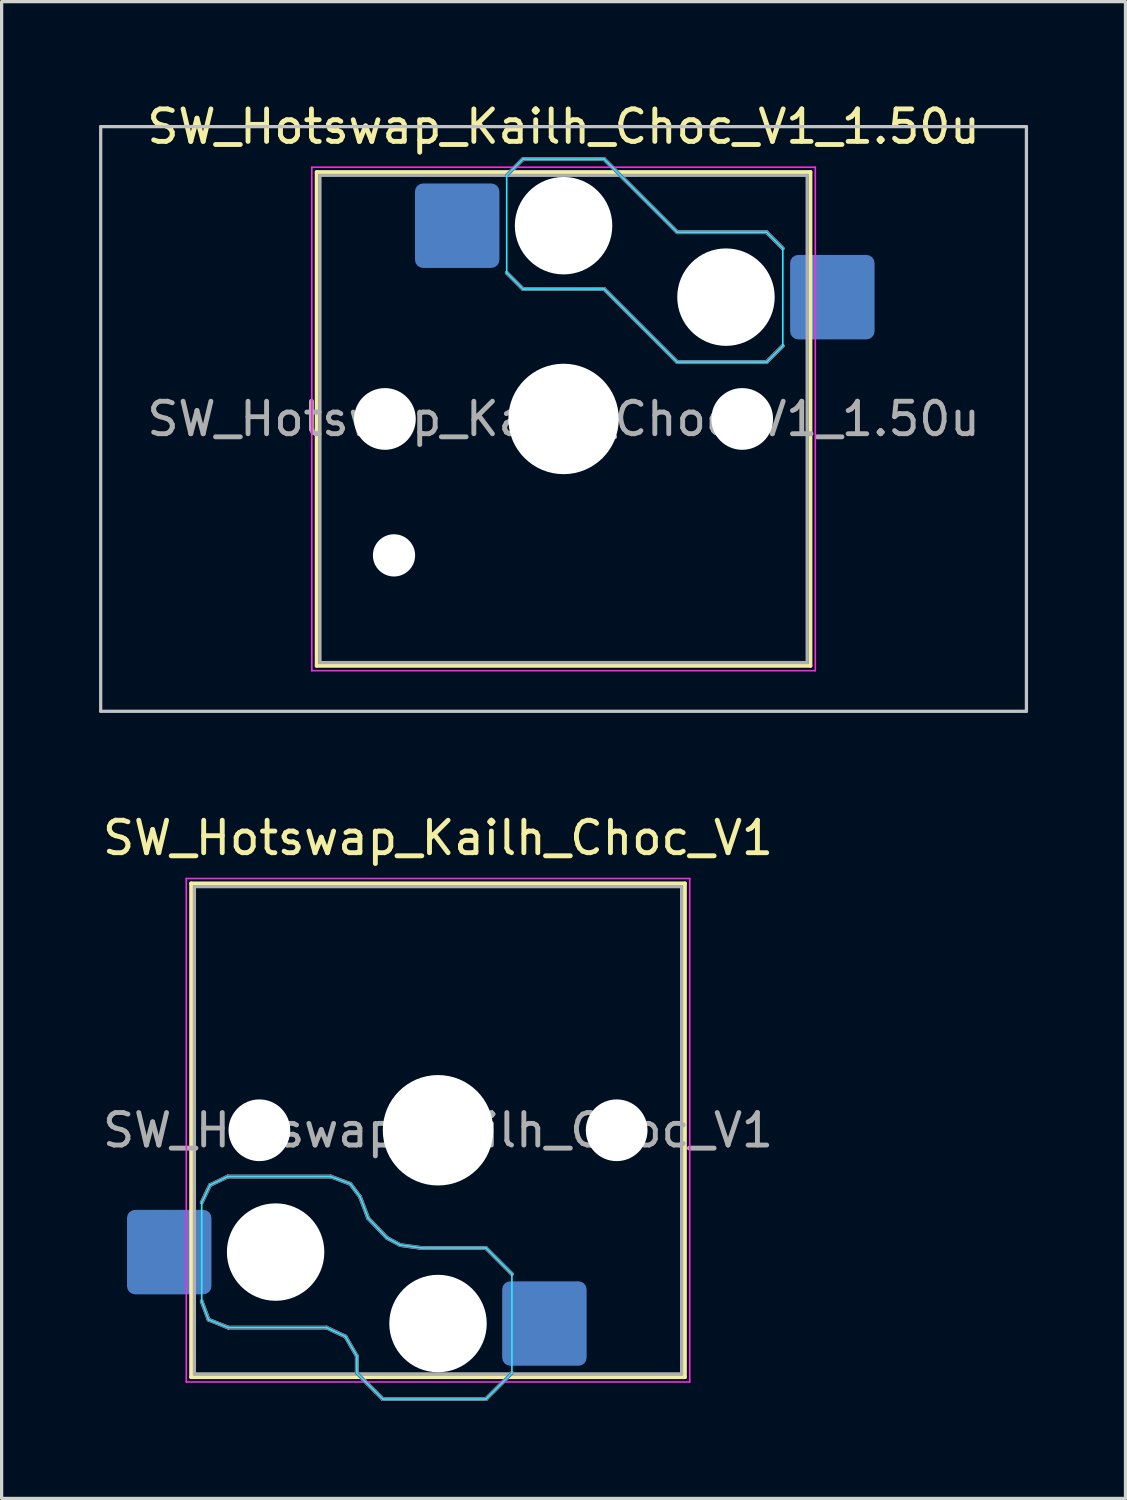
<source format=kicad_pcb>
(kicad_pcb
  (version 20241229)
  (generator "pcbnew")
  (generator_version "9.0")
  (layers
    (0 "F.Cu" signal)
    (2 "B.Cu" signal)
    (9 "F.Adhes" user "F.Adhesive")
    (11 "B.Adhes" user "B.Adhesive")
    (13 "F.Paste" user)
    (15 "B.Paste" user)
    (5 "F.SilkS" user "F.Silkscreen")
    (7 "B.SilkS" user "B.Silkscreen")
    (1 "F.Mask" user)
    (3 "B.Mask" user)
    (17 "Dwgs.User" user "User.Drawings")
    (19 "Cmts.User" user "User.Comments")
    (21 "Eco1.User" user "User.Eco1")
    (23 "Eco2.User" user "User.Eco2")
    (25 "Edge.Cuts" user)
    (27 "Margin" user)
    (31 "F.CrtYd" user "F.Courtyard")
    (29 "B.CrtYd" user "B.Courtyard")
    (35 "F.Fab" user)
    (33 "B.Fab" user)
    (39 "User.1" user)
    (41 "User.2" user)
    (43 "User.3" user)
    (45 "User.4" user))
  (footprint "SW_Hotswap_Kailh_Choc_V1_1.50u"
    (layer "F.Cu")
    (at 14.3 9.848)
    (property "Reference" "SW_Hotswap_Kailh_Choc_V1_1.50u" (at 0 -9 0) (layer "F.SilkS") (effects (font (size 1 1) (thickness 0.15))))
    (attr smd)
    (fp_line (start -7.6 -7.6) (end -7.6 7.6) (stroke (width 0.12) (type solid)) (layer "F.SilkS"))
    (fp_line (start -7.6 7.6) (end 7.6 7.6) (stroke (width 0.12) (type solid)) (layer "F.SilkS"))
    (fp_line (start 7.6 -7.6) (end -7.6 -7.6) (stroke (width 0.12) (type solid)) (layer "F.SilkS"))
    (fp_line (start 7.6 7.6) (end 7.6 -7.6) (stroke (width 0.12) (type solid)) (layer "F.SilkS"))
    (fp_line (start -1.75 -7.5) (end -1.25 -8) (stroke (width 0.12) (type solid)) (layer "B.SilkS"))
    (fp_line (start -1.25 -8) (end 1.25 -8) (stroke (width 0.12) (type solid)) (layer "B.SilkS"))
    (fp_line (start -1.25 -4) (end -1.75 -4.5) (stroke (width 0.12) (type solid)) (layer "B.SilkS"))
    (fp_line (start 1.25 -8) (end 3.5 -5.75) (stroke (width 0.12) (type solid)) (layer "B.SilkS"))
    (fp_line (start 1.25 -4) (end -1.25 -4) (stroke (width 0.12) (type solid)) (layer "B.SilkS"))
    (fp_line (start 3.5 -5.75) (end 6.25 -5.75) (stroke (width 0.12) (type solid)) (layer "B.SilkS"))
    (fp_line (start 3.5 -1.75) (end 1.25 -4) (stroke (width 0.12) (type solid)) (layer "B.SilkS"))
    (fp_line (start 6.25 -5.75) (end 6.75 -5.25) (stroke (width 0.12) (type solid)) (layer "B.SilkS"))
    (fp_line (start 6.25 -1.75) (end 3.5 -1.75) (stroke (width 0.12) (type solid)) (layer "B.SilkS"))
    (fp_line (start 6.75 -2.25) (end 6.25 -1.75) (stroke (width 0.12) (type solid)) (layer "B.SilkS"))
    (fp_line (start -14.25 -9) (end -14.25 9) (stroke (width 0.1) (type solid)) (layer "Dwgs.User"))
    (fp_line (start -14.25 9) (end 14.25 9) (stroke (width 0.1) (type solid)) (layer "Dwgs.User"))
    (fp_line (start 14.25 -9) (end -14.25 -9) (stroke (width 0.1) (type solid)) (layer "Dwgs.User"))
    (fp_line (start 14.25 9) (end 14.25 -9) (stroke (width 0.1) (type solid)) (layer "Dwgs.User"))
    (fp_line (start -7.25 -7.25) (end -7.25 7.25) (stroke (width 0.1) (type solid)) (layer "Eco1.User"))
    (fp_line (start -7.25 7.25) (end 7.25 7.25) (stroke (width 0.1) (type solid)) (layer "Eco1.User"))
    (fp_line (start 7.25 -7.25) (end -7.25 -7.25) (stroke (width 0.1) (type solid)) (layer "Eco1.User"))
    (fp_line (start 7.25 7.25) (end 7.25 -7.25) (stroke (width 0.1) (type solid)) (layer "Eco1.User"))
    (fp_line (start -1.75 -7.5) (end -1.25 -8) (stroke (width 0.05) (type solid)) (layer "B.CrtYd"))
    (fp_line (start -1.75 -4.5) (end -1.75 -7.5) (stroke (width 0.05) (type solid)) (layer "B.CrtYd"))
    (fp_line (start -1.25 -8) (end 1.25 -8) (stroke (width 0.05) (type solid)) (layer "B.CrtYd"))
    (fp_line (start -1.25 -4) (end -1.75 -4.5) (stroke (width 0.05) (type solid)) (layer "B.CrtYd"))
    (fp_line (start 1.25 -8) (end 3.5 -5.75) (stroke (width 0.05) (type solid)) (layer "B.CrtYd"))
    (fp_line (start 1.25 -4) (end -1.25 -4) (stroke (width 0.05) (type solid)) (layer "B.CrtYd"))
    (fp_line (start 3.5 -5.75) (end 6.25 -5.75) (stroke (width 0.05) (type solid)) (layer "B.CrtYd"))
    (fp_line (start 3.5 -1.75) (end 1.25 -4) (stroke (width 0.05) (type solid)) (layer "B.CrtYd"))
    (fp_line (start 6.25 -5.75) (end 6.75 -5.25) (stroke (width 0.05) (type solid)) (layer "B.CrtYd"))
    (fp_line (start 6.25 -1.75) (end 3.5 -1.75) (stroke (width 0.05) (type solid)) (layer "B.CrtYd"))
    (fp_line (start 6.75 -5.25) (end 6.75 -2.25) (stroke (width 0.05) (type solid)) (layer "B.CrtYd"))
    (fp_line (start 6.75 -2.25) (end 6.25 -1.75) (stroke (width 0.05) (type solid)) (layer "B.CrtYd"))
    (fp_line (start -7.75 -7.75) (end -7.75 7.75) (stroke (width 0.05) (type solid)) (layer "F.CrtYd"))
    (fp_line (start -7.75 7.75) (end 7.75 7.75) (stroke (width 0.05) (type solid)) (layer "F.CrtYd"))
    (fp_line (start 7.75 -7.75) (end -7.75 -7.75) (stroke (width 0.05) (type solid)) (layer "F.CrtYd"))
    (fp_line (start 7.75 7.75) (end 7.75 -7.75) (stroke (width 0.05) (type solid)) (layer "F.CrtYd"))
    (fp_line (start -1.75 -7.5) (end -1.25 -8) (stroke (width 0.1) (type solid)) (layer "B.Fab"))
    (fp_line (start -1.25 -8) (end 1.25 -8) (stroke (width 0.1) (type solid)) (layer "B.Fab"))
    (fp_line (start -1.25 -4) (end -1.75 -4.5) (stroke (width 0.1) (type solid)) (layer "B.Fab"))
    (fp_line (start 1.25 -8) (end 3.5 -5.75) (stroke (width 0.1) (type solid)) (layer "B.Fab"))
    (fp_line (start 1.25 -4) (end -1.25 -4) (stroke (width 0.1) (type solid)) (layer "B.Fab"))
    (fp_line (start 3.5 -5.75) (end 6.25 -5.75) (stroke (width 0.1) (type solid)) (layer "B.Fab"))
    (fp_line (start 3.5 -1.75) (end 1.25 -4) (stroke (width 0.1) (type solid)) (layer "B.Fab"))
    (fp_line (start 6.25 -5.75) (end 6.75 -5.25) (stroke (width 0.1) (type solid)) (layer "B.Fab"))
    (fp_line (start 6.25 -1.75) (end 3.5 -1.75) (stroke (width 0.1) (type solid)) (layer "B.Fab"))
    (fp_line (start 6.75 -2.25) (end 6.25 -1.75) (stroke (width 0.1) (type solid)) (layer "B.Fab"))
    (fp_line (start -7.5 -7.5) (end -7.5 7.5) (stroke (width 0.1) (type solid)) (layer "F.Fab"))
    (fp_line (start -7.5 7.5) (end 7.5 7.5) (stroke (width 0.1) (type solid)) (layer "F.Fab"))
    (fp_line (start 7.5 -7.5) (end -7.5 -7.5) (stroke (width 0.1) (type solid)) (layer "F.Fab"))
    (fp_line (start 7.5 7.5) (end 7.5 -7.5) (stroke (width 0.1) (type solid)) (layer "F.Fab"))
    (fp_text user "${REFERENCE}" (at 0 0 0) (layer "F.Fab") (effects (font (size 1 1) (thickness 0.15))))
    (pad "" np_thru_hole circle (at -5.5 0) (size 1.9 1.9) (drill 1.9) (layers "*.Cu" "*.Mask"))
    (pad "" np_thru_hole circle (at -5.22 4.2) (size 1.3 1.3) (drill 1.3) (layers "*.Cu" "*.Mask"))
    (pad "" np_thru_hole circle (at 0 -5.95) (size 3 3) (drill 3) (layers "*.Cu" "*.Mask"))
    (pad "" np_thru_hole circle (at 0 0) (size 3.4 3.4) (drill 3.4) (layers "*.Cu" "*.Mask"))
    (pad "" np_thru_hole circle (at 5 -3.75) (size 3 3) (drill 3) (layers "*.Cu" "*.Mask"))
    (pad "" np_thru_hole circle (at 5.5 0) (size 1.9 1.9) (drill 1.9) (layers "*.Cu" "*.Mask"))
    (pad "1" smd roundrect (at -3.275 -5.95) (size 2.6 2.6) (layers "B.Cu" "B.Mask" "B.Paste") (roundrect_rratio 0.096))
    (pad "2" smd roundrect (at 8.275 -3.75) (size 2.6 2.6) (layers "B.Cu" "B.Mask" "B.Paste") (roundrect_rratio 0.096)))
  (footprint "SW_Hotswap_Kailh_Choc_V1"
    (layer "F.Cu")
    (at 10.435 31.747)
    (property "Reference" "SW_Hotswap_Kailh_Choc_V1" (at 0 -9 0) (layer "F.SilkS") (effects (font (size 1 1) (thickness 0.15))))
    (attr smd)
    (fp_line (start -7.6 -7.6) (end -7.6 7.6) (stroke (width 0.12) (type solid)) (layer "F.SilkS"))
    (fp_line (start -7.6 7.6) (end 7.6 7.6) (stroke (width 0.12) (type solid)) (layer "F.SilkS"))
    (fp_line (start 7.6 -7.6) (end -7.6 -7.6) (stroke (width 0.12) (type solid)) (layer "F.SilkS"))
    (fp_line (start 7.6 7.6) (end 7.6 -7.6) (stroke (width 0.12) (type solid)) (layer "F.SilkS"))
    (fp_line (start -7.275 5.265) (end -7.064 5.831) (stroke (width 0.12) (type solid)) (layer "B.SilkS"))
    (fp_line (start -7.064 5.831) (end -6.458 6.075) (stroke (width 0.12) (type solid)) (layer "B.SilkS"))
    (fp_line (start -7.02 1.688) (end -7.275 2.225) (stroke (width 0.12) (type solid)) (layer "B.SilkS"))
    (fp_line (start -6.475 1.425) (end -7.02 1.688) (stroke (width 0.12) (type solid)) (layer "B.SilkS"))
    (fp_line (start -6.458 6.075) (end -3.433 6.075) (stroke (width 0.12) (type solid)) (layer "B.SilkS"))
    (fp_line (start -3.433 6.075) (end -2.85 6.35) (stroke (width 0.12) (type solid)) (layer "B.SilkS"))
    (fp_line (start -3.3 1.425) (end -6.475 1.425) (stroke (width 0.12) (type solid)) (layer "B.SilkS"))
    (fp_line (start -2.85 6.35) (end -2.5 6.95) (stroke (width 0.12) (type solid)) (layer "B.SilkS"))
    (fp_line (start -2.7 1.65) (end -3.3 1.425) (stroke (width 0.12) (type solid)) (layer "B.SilkS"))
    (fp_line (start -2.5 6.95) (end -2.5 7.475) (stroke (width 0.12) (type solid)) (layer "B.SilkS"))
    (fp_line (start -2.5 7.475) (end -1.7 8.275) (stroke (width 0.12) (type solid)) (layer "B.SilkS"))
    (fp_line (start -2.4 2.05) (end -2.7 1.65) (stroke (width 0.12) (type solid)) (layer "B.SilkS"))
    (fp_line (start -2.15 2.709) (end -2.4 2.05) (stroke (width 0.12) (type solid)) (layer "B.SilkS"))
    (fp_line (start -1.7 8.275) (end 1.475 8.275) (stroke (width 0.12) (type solid)) (layer "B.SilkS"))
    (fp_line (start -1.565 3.318) (end -2.15 2.709) (stroke (width 0.12) (type solid)) (layer "B.SilkS"))
    (fp_line (start -1.162 3.534) (end -1.565 3.318) (stroke (width 0.12) (type solid)) (layer "B.SilkS"))
    (fp_line (start -0.5 3.625) (end -1.162 3.534) (stroke (width 0.12) (type solid)) (layer "B.SilkS"))
    (fp_line (start 1.475 3.625) (end -0.5 3.625) (stroke (width 0.12) (type solid)) (layer "B.SilkS"))
    (fp_line (start 1.475 8.275) (end 2.275 7.475) (stroke (width 0.12) (type solid)) (layer "B.SilkS"))
    (fp_line (start 2.275 4.425) (end 1.475 3.625) (stroke (width 0.12) (type solid)) (layer "B.SilkS"))
    (fp_line (start -7.25 -7.25) (end -7.25 7.25) (stroke (width 0.1) (type solid)) (layer "Eco1.User"))
    (fp_line (start -7.25 7.25) (end 7.25 7.25) (stroke (width 0.1) (type solid)) (layer "Eco1.User"))
    (fp_line (start 7.25 -7.25) (end -7.25 -7.25) (stroke (width 0.1) (type solid)) (layer "Eco1.User"))
    (fp_line (start 7.25 7.25) (end 7.25 -7.25) (stroke (width 0.1) (type solid)) (layer "Eco1.User"))
    (fp_line (start -7.275 2.225) (end -7.275 5.265) (stroke (width 0.05) (type solid)) (layer "B.CrtYd"))
    (fp_line (start -7.275 5.265) (end -7.064 5.831) (stroke (width 0.05) (type solid)) (layer "B.CrtYd"))
    (fp_line (start -7.064 5.831) (end -6.458 6.075) (stroke (width 0.05) (type solid)) (layer "B.CrtYd"))
    (fp_line (start -7.02 1.688) (end -7.275 2.225) (stroke (width 0.05) (type solid)) (layer "B.CrtYd"))
    (fp_line (start -6.475 1.425) (end -7.02 1.688) (stroke (width 0.05) (type solid)) (layer "B.CrtYd"))
    (fp_line (start -6.458 6.075) (end -3.433 6.075) (stroke (width 0.05) (type solid)) (layer "B.CrtYd"))
    (fp_line (start -3.433 6.075) (end -2.85 6.35) (stroke (width 0.05) (type solid)) (layer "B.CrtYd"))
    (fp_line (start -3.3 1.425) (end -6.475 1.425) (stroke (width 0.05) (type solid)) (layer "B.CrtYd"))
    (fp_line (start -2.85 6.35) (end -2.5 6.95) (stroke (width 0.05) (type solid)) (layer "B.CrtYd"))
    (fp_line (start -2.7 1.65) (end -3.3 1.425) (stroke (width 0.05) (type solid)) (layer "B.CrtYd"))
    (fp_line (start -2.5 6.95) (end -2.5 7.475) (stroke (width 0.05) (type solid)) (layer "B.CrtYd"))
    (fp_line (start -2.5 7.475) (end -1.7 8.275) (stroke (width 0.05) (type solid)) (layer "B.CrtYd"))
    (fp_line (start -2.4 2.05) (end -2.7 1.65) (stroke (width 0.05) (type solid)) (layer "B.CrtYd"))
    (fp_line (start -2.15 2.709) (end -2.4 2.05) (stroke (width 0.05) (type solid)) (layer "B.CrtYd"))
    (fp_line (start -1.7 8.275) (end 1.475 8.275) (stroke (width 0.05) (type solid)) (layer "B.CrtYd"))
    (fp_line (start -1.565 3.318) (end -2.15 2.709) (stroke (width 0.05) (type solid)) (layer "B.CrtYd"))
    (fp_line (start -1.162 3.534) (end -1.565 3.318) (stroke (width 0.05) (type solid)) (layer "B.CrtYd"))
    (fp_line (start -0.5 3.625) (end -1.162 3.534) (stroke (width 0.05) (type solid)) (layer "B.CrtYd"))
    (fp_line (start 1.475 3.625) (end -0.5 3.625) (stroke (width 0.05) (type solid)) (layer "B.CrtYd"))
    (fp_line (start 1.475 8.275) (end 2.275 7.475) (stroke (width 0.05) (type solid)) (layer "B.CrtYd"))
    (fp_line (start 2.275 4.425) (end 1.475 3.625) (stroke (width 0.05) (type solid)) (layer "B.CrtYd"))
    (fp_line (start 2.275 7.475) (end 2.275 4.425) (stroke (width 0.05) (type solid)) (layer "B.CrtYd"))
    (fp_line (start -7.75 -7.75) (end -7.75 7.75) (stroke (width 0.05) (type solid)) (layer "F.CrtYd"))
    (fp_line (start -7.75 7.75) (end 7.75 7.75) (stroke (width 0.05) (type solid)) (layer "F.CrtYd"))
    (fp_line (start 7.75 -7.75) (end -7.75 -7.75) (stroke (width 0.05) (type solid)) (layer "F.CrtYd"))
    (fp_line (start 7.75 7.75) (end 7.75 -7.75) (stroke (width 0.05) (type solid)) (layer "F.CrtYd"))
    (fp_line (start -7.275 5.265) (end -7.064 5.831) (stroke (width 0.1) (type solid)) (layer "B.Fab"))
    (fp_line (start -7.064 5.831) (end -6.458 6.075) (stroke (width 0.1) (type solid)) (layer "B.Fab"))
    (fp_line (start -7.02 1.688) (end -7.275 2.225) (stroke (width 0.1) (type solid)) (layer "B.Fab"))
    (fp_line (start -6.475 1.425) (end -7.02 1.688) (stroke (width 0.1) (type solid)) (layer "B.Fab"))
    (fp_line (start -6.458 6.075) (end -3.433 6.075) (stroke (width 0.1) (type solid)) (layer "B.Fab"))
    (fp_line (start -3.433 6.075) (end -2.85 6.35) (stroke (width 0.1) (type solid)) (layer "B.Fab"))
    (fp_line (start -3.3 1.425) (end -6.475 1.425) (stroke (width 0.1) (type solid)) (layer "B.Fab"))
    (fp_line (start -2.85 6.35) (end -2.5 6.95) (stroke (width 0.1) (type solid)) (layer "B.Fab"))
    (fp_line (start -2.7 1.65) (end -3.3 1.425) (stroke (width 0.1) (type solid)) (layer "B.Fab"))
    (fp_line (start -2.5 6.95) (end -2.5 7.475) (stroke (width 0.1) (type solid)) (layer "B.Fab"))
    (fp_line (start -2.5 7.475) (end -1.7 8.275) (stroke (width 0.1) (type solid)) (layer "B.Fab"))
    (fp_line (start -2.4 2.05) (end -2.7 1.65) (stroke (width 0.1) (type solid)) (layer "B.Fab"))
    (fp_line (start -2.15 2.709) (end -2.4 2.05) (stroke (width 0.1) (type solid)) (layer "B.Fab"))
    (fp_line (start -1.7 8.275) (end 1.475 8.275) (stroke (width 0.1) (type solid)) (layer "B.Fab"))
    (fp_line (start -1.565 3.318) (end -2.15 2.709) (stroke (width 0.1) (type solid)) (layer "B.Fab"))
    (fp_line (start -1.162 3.534) (end -1.565 3.318) (stroke (width 0.1) (type solid)) (layer "B.Fab"))
    (fp_line (start -0.5 3.625) (end -1.162 3.534) (stroke (width 0.1) (type solid)) (layer "B.Fab"))
    (fp_line (start 1.475 3.625) (end -0.5 3.625) (stroke (width 0.1) (type solid)) (layer "B.Fab"))
    (fp_line (start 1.475 8.275) (end 2.275 7.475) (stroke (width 0.1) (type solid)) (layer "B.Fab"))
    (fp_line (start 2.275 4.425) (end 1.475 3.625) (stroke (width 0.1) (type solid)) (layer "B.Fab"))
    (fp_line (start -7.5 -7.5) (end -7.5 7.5) (stroke (width 0.1) (type solid)) (layer "F.Fab"))
    (fp_line (start -7.5 7.5) (end 7.5 7.5) (stroke (width 0.1) (type solid)) (layer "F.Fab"))
    (fp_line (start 7.5 -7.5) (end -7.5 -7.5) (stroke (width 0.1) (type solid)) (layer "F.Fab"))
    (fp_line (start 7.5 7.5) (end 7.5 -7.5) (stroke (width 0.1) (type solid)) (layer "F.Fab"))
    (fp_text user "${REFERENCE}" (at 0 0 0) (layer "F.Fab") (effects (font (size 1 1) (thickness 0.15))))
    (pad "" np_thru_hole circle (at -5.5 0) (size 1.9 1.9) (drill 1.9) (layers "*.Cu" "*.Mask"))
    (pad "" np_thru_hole circle (at -5 3.75) (size 3 3) (drill 3) (layers "*.Cu" "*.Mask"))
    (pad "" np_thru_hole circle (at 0 0) (size 3.4 3.4) (drill 3.4) (layers "*.Cu" "*.Mask"))
    (pad "" np_thru_hole circle (at 0 5.95) (size 3 3) (drill 3) (layers "*.Cu" "*.Mask"))
    (pad "" np_thru_hole circle (at 5.5 0) (size 1.9 1.9) (drill 1.9) (layers "*.Cu" "*.Mask"))
    (pad "1" smd roundrect (at 3.275 5.95) (size 2.6 2.6) (layers "B.Cu" "B.Mask" "B.Paste") (roundrect_rratio 0.096))
    (pad "2" smd roundrect (at -8.275 3.75) (size 2.6 2.6) (layers "B.Cu" "B.Mask" "B.Paste") (roundrect_rratio 0.096)))
  (gr_rect
    (start -3 -3)
    (end 31.6 43.081)
    (stroke (width 0.1) (type default))
    (fill no)
    (layer "Edge.Cuts")))
</source>
